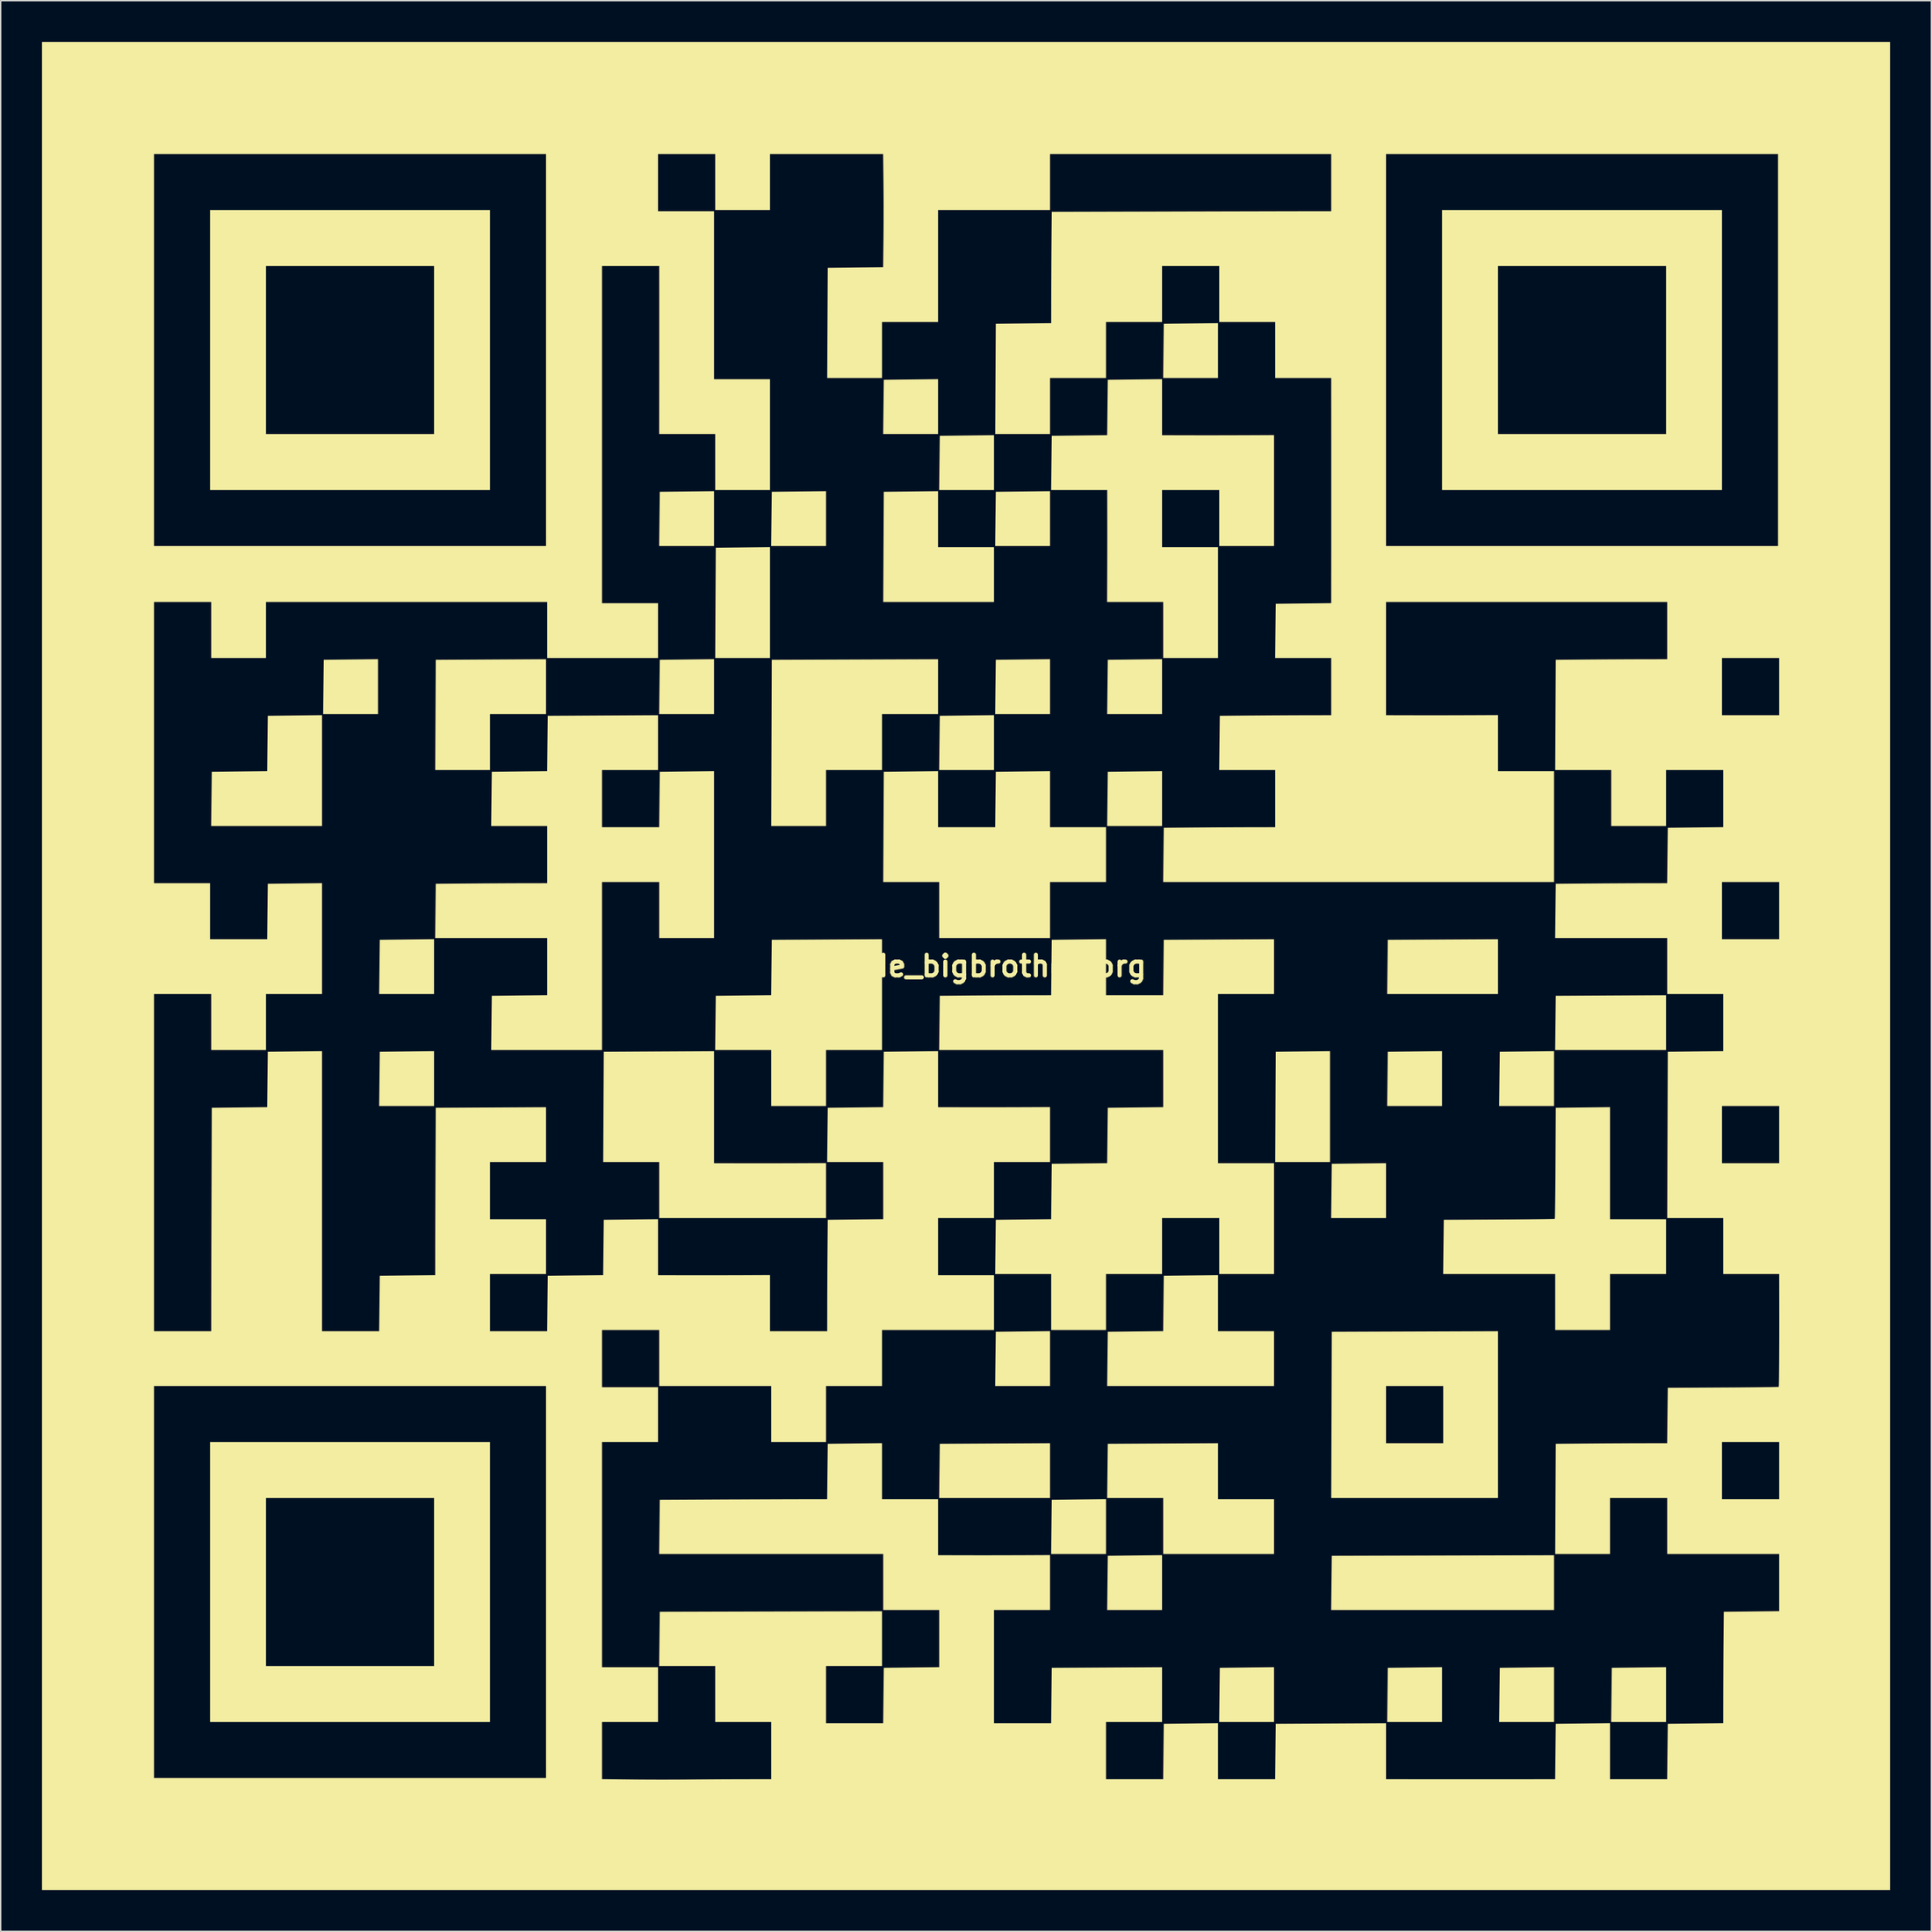
<source format=kicad_pcb>
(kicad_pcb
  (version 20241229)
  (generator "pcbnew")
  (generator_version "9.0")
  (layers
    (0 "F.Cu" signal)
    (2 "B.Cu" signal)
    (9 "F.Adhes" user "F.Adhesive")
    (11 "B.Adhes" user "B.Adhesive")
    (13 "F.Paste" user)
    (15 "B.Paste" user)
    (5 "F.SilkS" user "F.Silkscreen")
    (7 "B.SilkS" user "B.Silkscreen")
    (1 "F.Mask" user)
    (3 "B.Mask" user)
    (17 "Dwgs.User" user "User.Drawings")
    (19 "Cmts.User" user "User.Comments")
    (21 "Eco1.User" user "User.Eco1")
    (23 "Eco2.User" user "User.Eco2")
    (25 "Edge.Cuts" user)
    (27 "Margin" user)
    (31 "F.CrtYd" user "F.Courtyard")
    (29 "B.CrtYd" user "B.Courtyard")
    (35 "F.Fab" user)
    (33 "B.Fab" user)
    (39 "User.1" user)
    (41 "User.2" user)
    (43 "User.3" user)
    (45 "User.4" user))
  (footprint "qr_code_bigbrother_org"
    (layer "F.Cu")
    (at 67.056 67.056)
    (property "Reference" "qr_code_bigbrother_org" (at 0 0 0) (layer "F.SilkS") (effects (font (size 1.5 1.5) (thickness 0.3))))
    (attr board_only exclude_from_pos_files exclude_from_bom)
    (fp_poly (pts (xy -42.672 -20.279) (xy -42.672 -18.288) (xy -44.663 -18.288) (xy -46.654 -18.288) (xy -46.632 -20.256) (xy -46.609 -22.225) (xy -44.641 -22.248) (xy -42.672 -22.27)) (stroke (width 0) (type solid)) (fill yes) (layer "F.SilkS"))
    (fp_poly (pts (xy -38.608 0.041) (xy -38.608 2.032) (xy -40.599 2.032) (xy -42.59 2.032) (xy -42.568 0.064) (xy -42.545 -1.905) (xy -40.577 -1.928) (xy -38.608 -1.95)) (stroke (width 0) (type solid)) (fill yes) (layer "F.SilkS"))
    (fp_poly (pts (xy -38.608 8.169) (xy -38.608 10.16) (xy -40.599 10.16) (xy -42.59 10.16) (xy -42.568 8.191) (xy -42.545 6.223) (xy -40.577 6.2) (xy -38.608 6.178)) (stroke (width 0) (type solid)) (fill yes) (layer "F.SilkS"))
    (fp_poly (pts (xy -18.288 -32.471) (xy -18.288 -30.48) (xy -20.279 -30.48) (xy -22.27 -30.48) (xy -22.248 -32.449) (xy -22.225 -34.417) (xy -20.256 -34.44) (xy -18.288 -34.462)) (stroke (width 0) (type solid)) (fill yes) (layer "F.SilkS"))
    (fp_poly (pts (xy -18.288 -20.279) (xy -18.288 -18.288) (xy -20.279 -18.288) (xy -22.27 -18.288) (xy -22.248 -20.256) (xy -22.225 -22.225) (xy -20.256 -22.248) (xy -18.288 -22.27)) (stroke (width 0) (type solid)) (fill yes) (layer "F.SilkS"))
    (fp_poly (pts (xy -14.224 -26.375) (xy -14.224 -22.352) (xy -16.213 -22.352) (xy -18.202 -22.352) (xy -18.182 -26.352) (xy -18.161 -30.353) (xy -16.192 -30.376) (xy -14.224 -30.398)) (stroke (width 0) (type solid)) (fill yes) (layer "F.SilkS"))
    (fp_poly (pts (xy -10.16 -32.471) (xy -10.16 -30.48) (xy -12.151 -30.48) (xy -14.142 -30.48) (xy -14.12 -32.449) (xy -14.097 -34.417) (xy -12.129 -34.44) (xy -10.16 -34.462)) (stroke (width 0) (type solid)) (fill yes) (layer "F.SilkS"))
    (fp_poly (pts (xy -2.032 -40.599) (xy -2.032 -38.608) (xy -4.023 -38.608) (xy -6.014 -38.608) (xy -5.992 -40.577) (xy -5.969 -42.545) (xy -4 -42.568) (xy -2.032 -42.59)) (stroke (width 0) (type solid)) (fill yes) (layer "F.SilkS"))
    (fp_poly (pts (xy 2.032 -36.535) (xy 2.032 -34.544) (xy 0.041 -34.544) (xy -1.95 -34.544) (xy -1.928 -36.513) (xy -1.905 -38.481) (xy 0.064 -38.504) (xy 2.032 -38.526)) (stroke (width 0) (type solid)) (fill yes) (layer "F.SilkS"))
    (fp_poly (pts (xy 2.032 -16.215) (xy 2.032 -14.224) (xy 0.041 -14.224) (xy -1.95 -14.224) (xy -1.928 -16.192) (xy -1.905 -18.161) (xy 0.064 -18.184) (xy 2.032 -18.206)) (stroke (width 0) (type solid)) (fill yes) (layer "F.SilkS"))
    (fp_poly (pts (xy 6.096 -32.471) (xy 6.096 -30.48) (xy 4.105 -30.48) (xy 2.114 -30.48) (xy 2.136 -32.449) (xy 2.159 -34.417) (xy 4.128 -34.44) (xy 6.096 -34.462)) (stroke (width 0) (type solid)) (fill yes) (layer "F.SilkS"))
    (fp_poly (pts (xy 6.096 -20.279) (xy 6.096 -18.288) (xy 4.105 -18.288) (xy 2.114 -18.288) (xy 2.136 -20.256) (xy 2.159 -22.225) (xy 4.128 -22.248) (xy 6.096 -22.27)) (stroke (width 0) (type solid)) (fill yes) (layer "F.SilkS"))
    (fp_poly (pts (xy 6.096 28.489) (xy 6.096 30.48) (xy 4.105 30.48) (xy 2.114 30.48) (xy 2.136 28.512) (xy 2.159 26.543) (xy 4.128 26.52) (xy 6.096 26.498)) (stroke (width 0) (type solid)) (fill yes) (layer "F.SilkS"))
    (fp_poly (pts (xy 6.096 36.619) (xy 6.096 38.608) (xy 2.073 38.608) (xy -1.95 38.608) (xy -1.928 36.639) (xy -1.905 34.671) (xy 2.095 34.65) (xy 6.096 34.63)) (stroke (width 0) (type solid)) (fill yes) (layer "F.SilkS"))
    (fp_poly (pts (xy 10.16 40.681) (xy 10.16 42.672) (xy 8.169 42.672) (xy 6.178 42.672) (xy 6.2 40.703) (xy 6.223 38.735) (xy 8.191 38.712) (xy 10.16 38.69)) (stroke (width 0) (type solid)) (fill yes) (layer "F.SilkS"))
    (fp_poly (pts (xy 14.224 -20.279) (xy 14.224 -18.288) (xy 12.233 -18.288) (xy 10.242 -18.288) (xy 10.264 -20.256) (xy 10.287 -22.225) (xy 12.255 -22.248) (xy 14.224 -22.27)) (stroke (width 0) (type solid)) (fill yes) (layer "F.SilkS"))
    (fp_poly (pts (xy 14.224 -12.151) (xy 14.224 -10.16) (xy 12.233 -10.16) (xy 10.242 -10.16) (xy 10.264 -12.129) (xy 10.287 -14.097) (xy 12.255 -14.12) (xy 14.224 -14.142)) (stroke (width 0) (type solid)) (fill yes) (layer "F.SilkS"))
    (fp_poly (pts (xy 14.224 44.745) (xy 14.224 46.736) (xy 12.233 46.736) (xy 10.242 46.736) (xy 10.264 44.767) (xy 10.287 42.799) (xy 12.255 42.776) (xy 14.224 42.754)) (stroke (width 0) (type solid)) (fill yes) (layer "F.SilkS"))
    (fp_poly (pts (xy 18.288 -44.663) (xy 18.288 -42.672) (xy 16.297 -42.672) (xy 14.306 -42.672) (xy 14.328 -44.641) (xy 14.351 -46.609) (xy 16.32 -46.632) (xy 18.288 -46.654)) (stroke (width 0) (type solid)) (fill yes) (layer "F.SilkS"))
    (fp_poly (pts (xy 22.352 52.873) (xy 22.352 54.864) (xy 20.361 54.864) (xy 18.37 54.864) (xy 18.392 52.895) (xy 18.415 50.927) (xy 20.384 50.904) (xy 22.352 50.882)) (stroke (width 0) (type solid)) (fill yes) (layer "F.SilkS"))
    (fp_poly (pts (xy 26.416 10.201) (xy 26.416 14.224) (xy 24.427 14.224) (xy 22.438 14.224) (xy 22.458 10.223) (xy 22.479 6.223) (xy 24.448 6.2) (xy 26.416 6.178)) (stroke (width 0) (type solid)) (fill yes) (layer "F.SilkS"))
    (fp_poly (pts (xy 30.48 16.297) (xy 30.48 18.288) (xy 28.489 18.288) (xy 26.498 18.288) (xy 26.52 16.32) (xy 26.543 14.351) (xy 28.512 14.328) (xy 30.48 14.306)) (stroke (width 0) (type solid)) (fill yes) (layer "F.SilkS"))
    (fp_poly (pts (xy 34.544 8.169) (xy 34.544 10.16) (xy 32.553 10.16) (xy 30.562 10.16) (xy 30.584 8.191) (xy 30.607 6.223) (xy 32.575 6.2) (xy 34.544 6.178)) (stroke (width 0) (type solid)) (fill yes) (layer "F.SilkS"))
    (fp_poly (pts (xy 34.544 52.873) (xy 34.544 54.864) (xy 32.553 54.864) (xy 30.562 54.864) (xy 30.584 52.895) (xy 30.607 50.927) (xy 32.575 50.904) (xy 34.544 50.882)) (stroke (width 0) (type solid)) (fill yes) (layer "F.SilkS"))
    (fp_poly (pts (xy 38.608 0.043) (xy 38.608 2.032) (xy 34.585 2.032) (xy 30.562 2.032) (xy 30.584 0.064) (xy 30.607 -1.905) (xy 34.608 -1.926) (xy 38.608 -1.946)) (stroke (width 0) (type solid)) (fill yes) (layer "F.SilkS"))
    (fp_poly (pts (xy 42.672 8.169) (xy 42.672 10.16) (xy 40.681 10.16) (xy 38.69 10.16) (xy 38.712 8.191) (xy 38.735 6.223) (xy 40.703 6.2) (xy 42.672 6.178)) (stroke (width 0) (type solid)) (fill yes) (layer "F.SilkS"))
    (fp_poly (pts (xy 42.672 44.748) (xy 42.672 46.736) (xy 34.585 46.736) (xy 26.498 46.736) (xy 26.52 44.767) (xy 26.543 42.799) (xy 34.608 42.779) (xy 42.672 42.76)) (stroke (width 0) (type solid)) (fill yes) (layer "F.SilkS"))
    (fp_poly (pts (xy 42.672 52.873) (xy 42.672 54.864) (xy 40.681 54.864) (xy 38.69 54.864) (xy 38.712 52.895) (xy 38.735 50.927) (xy 40.703 50.904) (xy 42.672 50.882)) (stroke (width 0) (type solid)) (fill yes) (layer "F.SilkS"))
    (fp_poly (pts (xy 50.8 4.107) (xy 50.8 6.096) (xy 46.777 6.096) (xy 42.754 6.096) (xy 42.776 4.128) (xy 42.799 2.159) (xy 46.8 2.138) (xy 50.8 2.118)) (stroke (width 0) (type solid)) (fill yes) (layer "F.SilkS"))
    (fp_poly (pts (xy 50.8 52.873) (xy 50.8 54.864) (xy 48.809 54.864) (xy 46.818 54.864) (xy 46.84 52.895) (xy 46.863 50.927) (xy 48.831 50.904) (xy 50.8 50.882)) (stroke (width 0) (type solid)) (fill yes) (layer "F.SilkS"))
    (fp_poly (pts (xy -46.736 -14.183) (xy -46.736 -10.16) (xy -50.759 -10.16) (xy -54.782 -10.16) (xy -54.76 -12.129) (xy -54.737 -14.097) (xy -52.728 -14.12) (xy -50.718 -14.142) (xy -50.696 -16.152) (xy -50.673 -18.161) (xy -48.705 -18.184) (xy -46.736 -18.206)) (stroke (width 0) (type solid)) (fill yes) (layer "F.SilkS"))
    (fp_poly (pts (xy -30.48 -20.277) (xy -30.48 -18.288) (xy -32.512 -18.288) (xy -34.544 -18.288) (xy -34.544 -16.256) (xy -34.544 -14.224) (xy -36.533 -14.224) (xy -38.522 -14.224) (xy -38.502 -18.224) (xy -38.481 -22.225) (xy -34.48 -22.246) (xy -30.48 -22.266)) (stroke (width 0) (type solid)) (fill yes) (layer "F.SilkS"))
    (fp_poly (pts (xy -2.032 -32.429) (xy -2.032 -30.395) (xy 0 -30.395) (xy 2.032 -30.395) (xy 2.032 -28.406) (xy 2.032 -26.416) (xy -1.989 -26.416) (xy -6.01 -26.416) (xy -5.99 -30.416) (xy -5.969 -34.417) (xy -4 -34.44) (xy -2.032 -34.462)) (stroke (width 0) (type solid)) (fill yes) (layer "F.SilkS"))
    (fp_poly (pts (xy -2.032 -20.276) (xy -2.032 -18.288) (xy -4.064 -18.288) (xy -6.096 -18.288) (xy -6.096 -16.256) (xy -6.096 -14.224) (xy -8.128 -14.224) (xy -10.16 -14.224) (xy -10.16 -12.192) (xy -10.16 -10.16) (xy -12.148 -10.16) (xy -14.137 -10.16) (xy -14.117 -16.192) (xy -14.097 -22.225) (xy -8.065 -22.245) (xy -2.032 -22.265)) (stroke (width 0) (type solid)) (fill yes) (layer "F.SilkS"))
    (fp_poly (pts (xy 18.288 24.467) (xy 18.288 26.501) (xy 20.32 26.501) (xy 22.352 26.501) (xy 22.352 28.49) (xy 22.352 30.48) (xy 16.297 30.48) (xy 10.242 30.48) (xy 10.264 28.512) (xy 10.287 26.543) (xy 12.296 26.52) (xy 14.306 26.498) (xy 14.328 24.488) (xy 14.351 22.479) (xy 16.32 22.456) (xy 18.288 22.434)) (stroke (width 0) (type solid)) (fill yes) (layer "F.SilkS"))
    (fp_poly (pts (xy 18.288 36.661) (xy 18.288 38.693) (xy 20.32 38.693) (xy 22.352 38.693) (xy 22.352 40.682) (xy 22.352 42.672) (xy 18.33 42.672) (xy 14.309 42.672) (xy 14.309 40.64) (xy 14.309 38.608) (xy 12.275 38.608) (xy 10.242 38.608) (xy 10.264 36.639) (xy 10.287 34.671) (xy 14.287 34.65) (xy 18.288 34.63)) (stroke (width 0) (type solid)) (fill yes) (layer "F.SilkS"))
    (fp_poly (pts (xy -34.544 -44.704) (xy -34.544 -34.544) (xy -44.704 -34.544) (xy -54.864 -34.544) (xy -54.864 -44.704) (xy -54.864 -50.8) (xy -50.8 -50.8) (xy -50.8 -44.704) (xy -50.8 -38.608) (xy -44.704 -38.608) (xy -38.608 -38.608) (xy -38.608 -44.704) (xy -38.608 -50.8) (xy -44.704 -50.8) (xy -50.8 -50.8) (xy -54.864 -50.8) (xy -54.864 -54.864) (xy -44.704 -54.864) (xy -34.544 -54.864)) (stroke (width 0) (type solid)) (fill yes) (layer "F.SilkS"))
    (fp_poly (pts (xy -34.544 44.704) (xy -34.544 54.864) (xy -44.704 54.864) (xy -54.864 54.864) (xy -54.864 44.704) (xy -54.864 38.608) (xy -50.8 38.608) (xy -50.8 44.704) (xy -50.8 50.8) (xy -44.704 50.8) (xy -38.608 50.8) (xy -38.608 44.704) (xy -38.608 38.608) (xy -44.704 38.608) (xy -50.8 38.608) (xy -54.864 38.608) (xy -54.864 34.544) (xy -44.704 34.544) (xy -34.544 34.544)) (stroke (width 0) (type solid)) (fill yes) (layer "F.SilkS"))
    (fp_poly (pts (xy 38.608 32.556) (xy 38.608 38.608) (xy 32.556 38.608) (xy 26.503 38.608) (xy 26.523 32.575) (xy 26.53 30.48) (xy 30.48 30.48) (xy 30.48 32.554) (xy 30.48 34.629) (xy 32.554 34.629) (xy 34.629 34.629) (xy 34.629 32.554) (xy 34.629 30.48) (xy 32.554 30.48) (xy 30.48 30.48) (xy 26.53 30.48) (xy 26.543 26.543) (xy 32.575 26.523) (xy 38.608 26.503)) (stroke (width 0) (type solid)) (fill yes) (layer "F.SilkS"))
    (fp_poly (pts (xy 54.864 -44.704) (xy 54.864 -34.544) (xy 44.704 -34.544) (xy 34.544 -34.544) (xy 34.544 -44.704) (xy 34.544 -50.8) (xy 38.608 -50.8) (xy 38.608 -44.704) (xy 38.608 -38.608) (xy 44.704 -38.608) (xy 50.8 -38.608) (xy 50.8 -44.704) (xy 50.8 -50.8) (xy 44.704 -50.8) (xy 38.608 -50.8) (xy 34.544 -50.8) (xy 34.544 -54.864) (xy 44.704 -54.864) (xy 54.864 -54.864)) (stroke (width 0) (type solid)) (fill yes) (layer "F.SilkS"))
    (fp_poly (pts (xy -6.096 2.075) (xy -6.096 6.096) (xy -8.128 6.096) (xy -10.16 6.096) (xy -10.16 8.128) (xy -10.16 10.16) (xy -12.15 10.16) (xy -14.139 10.16) (xy -14.139 8.128) (xy -14.139 6.096) (xy -16.173 6.096) (xy -18.206 6.096) (xy -18.184 4.128) (xy -18.161 2.159) (xy -16.152 2.136) (xy -14.142 2.114) (xy -14.12 0.104) (xy -14.097 -1.905) (xy -10.097 -1.926) (xy -6.096 -1.946)) (stroke (width 0) (type solid)) (fill yes) (layer "F.SilkS"))
    (fp_poly (pts (xy -18.288 10.245) (xy -18.288 14.309) (xy -16.235 14.313) (xy -15.494 14.314) (xy -14.656 14.314) (xy -13.785 14.313) (xy -12.949 14.311) (xy -12.211 14.309) (xy -12.171 14.309) (xy -10.16 14.301) (xy -10.16 16.294) (xy -10.16 18.288) (xy -16.214 18.288) (xy -22.267 18.288) (xy -22.267 16.256) (xy -22.267 14.224) (xy -24.299 14.224) (xy -26.33 14.224) (xy -26.31 10.223) (xy -26.289 6.223) (xy -22.288 6.202) (xy -18.288 6.182)) (stroke (width 0) (type solid)) (fill yes) (layer "F.SilkS"))
    (fp_poly (pts (xy 6.096 -12.109) (xy 6.096 -10.075) (xy 8.128 -10.075) (xy 10.16 -10.075) (xy 10.16 -8.086) (xy 10.16 -6.096) (xy 8.128 -6.096) (xy 6.096 -6.096) (xy 6.096 -4.064) (xy 6.096 -2.032) (xy 2.074 -2.032) (xy -1.947 -2.032) (xy -1.947 -4.064) (xy -1.947 -6.096) (xy -3.979 -6.096) (xy -6.01 -6.096) (xy -5.99 -10.097) (xy -5.969 -14.097) (xy -4 -14.12) (xy -2.032 -14.142) (xy -2.032 -12.109) (xy -2.032 -10.075) (xy 0.041 -10.075) (xy 2.114 -10.075) (xy 2.136 -12.086) (xy 2.159 -14.097) (xy 4.128 -14.12) (xy 6.096 -14.142)) (stroke (width 0) (type solid)) (fill yes) (layer "F.SilkS"))
    (fp_poly (pts (xy 46.736 14.307) (xy 46.736 18.373) (xy 48.768 18.373) (xy 50.8 18.373) (xy 50.8 20.362) (xy 50.8 22.352) (xy 48.768 22.352) (xy 46.736 22.352) (xy 46.736 24.384) (xy 46.736 26.416) (xy 44.746 26.416) (xy 42.757 26.416) (xy 42.757 24.384) (xy 42.757 22.352) (xy 38.691 22.352) (xy 34.626 22.352) (xy 34.648 20.384) (xy 34.671 18.415) (xy 38.685 18.394) (xy 39.493 18.39) (xy 40.247 18.384) (xy 40.932 18.378) (xy 41.53 18.371) (xy 42.026 18.364) (xy 42.402 18.357) (xy 42.642 18.351) (xy 42.728 18.344) (xy 42.735 18.257) (xy 42.741 18.016) (xy 42.748 17.639) (xy 42.755 17.143) (xy 42.762 16.544) (xy 42.768 15.859) (xy 42.774 15.104) (xy 42.778 14.301) (xy 42.799 10.287) (xy 44.767 10.264) (xy 46.736 10.242)) (stroke (width 0) (type solid)) (fill yes) (layer "F.SilkS"))
    (fp_poly (pts (xy 14.224 -40.557) (xy 14.224 -38.523) (xy 16.277 -38.519) (xy 17.018 -38.518) (xy 17.856 -38.518) (xy 18.727 -38.519) (xy 19.563 -38.521) (xy 20.301 -38.523) (xy 20.341 -38.523) (xy 22.352 -38.531) (xy 22.352 -34.506) (xy 22.352 -30.48) (xy 20.362 -30.48) (xy 18.373 -30.48) (xy 18.373 -32.512) (xy 18.373 -34.544) (xy 16.298 -34.544) (xy 14.224 -34.544) (xy 14.224 -32.47) (xy 14.224 -30.395) (xy 16.256 -30.395) (xy 18.288 -30.395) (xy 18.288 -26.374) (xy 18.288 -22.352) (xy 16.298 -22.352) (xy 14.309 -22.352) (xy 14.309 -24.384) (xy 14.309 -26.416) (xy 12.273 -26.416) (xy 10.237 -26.416) (xy 10.245 -28.427) (xy 10.247 -29.156) (xy 10.249 -29.989) (xy 10.25 -30.859) (xy 10.25 -31.702) (xy 10.249 -32.45) (xy 10.249 -32.491) (xy 10.245 -34.544) (xy 8.211 -34.544) (xy 6.178 -34.544) (xy 6.2 -36.513) (xy 6.223 -38.481) (xy 8.232 -38.504) (xy 10.242 -38.526) (xy 10.264 -40.536) (xy 10.287 -42.545) (xy 12.255 -42.568) (xy 14.224 -42.59)) (stroke (width 0) (type solid)) (fill yes) (layer "F.SilkS"))
    (fp_poly (pts (xy -22.352 -16.213) (xy -22.352 -14.224) (xy -24.384 -14.224) (xy -26.416 -14.224) (xy -26.416 -12.15) (xy -26.416 -10.075) (xy -24.343 -10.075) (xy -22.27 -10.075) (xy -22.248 -12.086) (xy -22.225 -14.097) (xy -20.256 -14.12) (xy -18.288 -14.142) (xy -18.288 -8.087) (xy -18.288 -2.032) (xy -20.278 -2.032) (xy -22.267 -2.032) (xy -22.267 -4.064) (xy -22.267 -6.096) (xy -24.342 -6.096) (xy -26.416 -6.096) (xy -26.416 0) (xy -26.416 6.096) (xy -30.439 6.096) (xy -34.462 6.096) (xy -34.44 4.128) (xy -34.417 2.159) (xy -32.406 2.136) (xy -30.395 2.114) (xy -30.395 0.041) (xy -30.395 -2.032) (xy -34.461 -2.032) (xy -38.526 -2.032) (xy -38.504 -4) (xy -38.481 -5.969) (xy -36.449 -5.987) (xy -35.71 -5.992) (xy -34.871 -5.998) (xy -33.999 -6.002) (xy -33.162 -6.006) (xy -32.424 -6.008) (xy -32.406 -6.008) (xy -30.395 -6.011) (xy -30.395 -8.086) (xy -30.395 -10.16) (xy -32.429 -10.16) (xy -34.462 -10.16) (xy -34.44 -12.129) (xy -34.417 -14.097) (xy -32.408 -14.12) (xy -30.398 -14.142) (xy -30.376 -16.152) (xy -30.353 -18.161) (xy -26.352 -18.182) (xy -22.352 -18.202)) (stroke (width 0) (type solid)) (fill yes) (layer "F.SilkS"))
    (fp_poly (pts (xy 10.16 0.083) (xy 10.16 2.117) (xy 12.233 2.117) (xy 14.306 2.117) (xy 14.328 0.106) (xy 14.351 -1.905) (xy 18.352 -1.926) (xy 22.352 -1.946) (xy 22.352 0.043) (xy 22.352 2.032) (xy 20.32 2.032) (xy 18.288 2.032) (xy 18.288 8.17) (xy 18.288 14.309) (xy 20.32 14.309) (xy 22.352 14.309) (xy 22.352 18.33) (xy 22.352 22.352) (xy 20.362 22.352) (xy 18.373 22.352) (xy 18.373 20.32) (xy 18.373 18.288) (xy 16.298 18.288) (xy 14.224 18.288) (xy 14.224 20.32) (xy 14.224 22.352) (xy 12.192 22.352) (xy 10.16 22.352) (xy 10.16 24.384) (xy 10.16 26.416) (xy 8.17 26.416) (xy 6.181 26.416) (xy 6.181 24.384) (xy 6.181 22.352) (xy 4.147 22.352) (xy 2.114 22.352) (xy 2.136 20.384) (xy 2.159 18.415) (xy 4.168 18.392) (xy 6.178 18.37) (xy 6.2 16.36) (xy 6.223 14.351) (xy 8.232 14.328) (xy 10.242 14.306) (xy 10.264 12.296) (xy 10.287 10.287) (xy 12.298 10.264) (xy 14.309 10.242) (xy 14.309 8.169) (xy 14.309 6.096) (xy 6.179 6.096) (xy -1.95 6.096) (xy -1.928 4.128) (xy -1.905 2.159) (xy 0.127 2.141) (xy 0.866 2.136) (xy 1.704 2.13) (xy 2.576 2.126) (xy 3.413 2.122) (xy 4.15 2.12) (xy 4.168 2.12) (xy 6.178 2.117) (xy 6.2 0.106) (xy 6.223 -1.905) (xy 8.191 -1.928) (xy 10.16 -1.95)) (stroke (width 0) (type solid)) (fill yes) (layer "F.SilkS"))
    (fp_poly (pts (xy 67.056 0) (xy 67.056 67.056) (xy 0 67.056) (xy -67.056 67.056) (xy -67.056 30.48) (xy -58.928 30.48) (xy -58.928 44.704) (xy -58.928 58.928) (xy -44.704 58.928) (xy -30.48 58.928) (xy -30.48 44.704) (xy -30.48 30.48) (xy -44.704 30.48) (xy -58.928 30.48) (xy -67.056 30.48) (xy -67.056 26.501) (xy -58.928 26.501) (xy -56.854 26.501) (xy -54.779 26.501) (xy -54.777 24.49) (xy -54.777 24.059) (xy -54.775 23.479) (xy -54.774 22.769) (xy -54.772 21.949) (xy -54.77 21.04) (xy -54.767 20.061) (xy -54.764 19.032) (xy -54.761 17.974) (xy -54.758 16.905) (xy -54.756 16.383) (xy -54.737 10.287) (xy -52.728 10.264) (xy -50.718 10.242) (xy -50.696 8.232) (xy -50.673 6.223) (xy -48.705 6.2) (xy -46.736 6.178) (xy -46.736 16.339) (xy -46.736 26.501) (xy -44.663 26.501) (xy -42.59 26.501) (xy -42.568 24.49) (xy -42.545 22.479) (xy -40.534 22.456) (xy -38.523 22.434) (xy -38.521 20.424) (xy -38.52 19.908) (xy -38.518 19.251) (xy -38.516 18.484) (xy -38.513 17.634) (xy -38.51 16.732) (xy -38.506 15.805) (xy -38.502 14.884) (xy -38.5 14.351) (xy -38.481 10.287) (xy -34.48 10.266) (xy -30.48 10.246) (xy -30.48 12.235) (xy -30.48 14.224) (xy -32.512 14.224) (xy -34.544 14.224) (xy -34.544 16.298) (xy -34.544 18.373) (xy -32.512 18.373) (xy -30.48 18.373) (xy -30.48 20.362) (xy -30.48 22.352) (xy -32.512 22.352) (xy -34.544 22.352) (xy -34.544 24.426) (xy -34.544 26.501) (xy -32.471 26.501) (xy -30.398 26.501) (xy -30.376 24.49) (xy -30.353 22.479) (xy -28.344 22.456) (xy -26.334 22.434) (xy -26.312 20.424) (xy -26.289 18.415) (xy -24.32 18.392) (xy -22.352 18.37) (xy -22.352 20.403) (xy -22.352 22.437) (xy -20.299 22.441) (xy -19.558 22.442) (xy -18.72 22.442) (xy -17.849 22.441) (xy -17.013 22.439) (xy -16.275 22.437) (xy -16.235 22.437) (xy -14.224 22.429) (xy -14.224 24.465) (xy -14.224 26.501) (xy -12.15 26.501) (xy -10.075 26.501) (xy -10.072 24.49) (xy -10.07 23.756) (xy -10.066 22.92) (xy -10.062 22.049) (xy -10.057 21.208) (xy -10.051 20.465) (xy -10.051 20.447) (xy -10.033 18.415) (xy -8.022 18.392) (xy -6.011 18.37) (xy -6.011 16.297) (xy -6.011 14.224) (xy -8.045 14.224) (xy -10.078 14.224) (xy -10.056 12.255) (xy -10.033 10.287) (xy -8.024 10.264) (xy -6.014 10.242) (xy -5.992 8.232) (xy -5.969 6.223) (xy -4 6.2) (xy -2.032 6.178) (xy -2.032 8.211) (xy -2.032 10.245) (xy 0.021 10.249) (xy 0.762 10.25) (xy 1.6 10.25) (xy 2.471 10.249) (xy 3.307 10.247) (xy 4.045 10.245) (xy 4.085 10.245) (xy 6.096 10.237) (xy 6.096 12.23) (xy 6.096 14.224) (xy 4.064 14.224) (xy 2.032 14.224) (xy 2.032 16.256) (xy 2.032 18.288) (xy 0 18.288) (xy -2.032 18.288) (xy -2.032 20.362) (xy -2.032 22.437) (xy 0 22.437) (xy 2.032 22.437) (xy 2.032 24.426) (xy 2.032 26.416) (xy -2.032 26.416) (xy -6.096 26.416) (xy -6.096 28.448) (xy -6.096 30.48) (xy -8.128 30.48) (xy -10.16 30.48) (xy -10.16 32.512) (xy -10.16 34.544) (xy -12.15 34.544) (xy -14.139 34.544) (xy -14.139 32.512) (xy -14.139 30.48) (xy -18.203 30.48) (xy -22.267 30.48) (xy -22.267 28.448) (xy -22.267 26.416) (xy -24.342 26.416) (xy -26.416 26.416) (xy -26.416 28.49) (xy -26.416 30.565) (xy -24.384 30.565) (xy -22.352 30.565) (xy -22.352 32.554) (xy -22.352 34.544) (xy -24.384 34.544) (xy -26.416 34.544) (xy -26.416 42.714) (xy -26.416 50.885) (xy -24.384 50.885) (xy -22.352 50.885) (xy -22.352 52.874) (xy -22.352 54.864) (xy -24.384 54.864) (xy -26.416 54.864) (xy -26.416 56.937) (xy -26.416 59.01) (xy -24.363 59.032) (xy -23.631 59.038) (xy -22.793 59.042) (xy -21.915 59.043) (xy -21.06 59.041) (xy -20.294 59.037) (xy -20.193 59.036) (xy -19.453 59.03) (xy -18.624 59.025) (xy -17.767 59.02) (xy -16.945 59.017) (xy -16.22 59.015) (xy -16.108 59.015) (xy -14.139 59.013) (xy -14.139 56.938) (xy -14.139 54.864) (xy -16.171 54.864) (xy -18.203 54.864) (xy -18.203 52.832) (xy -18.203 50.8) (xy -20.237 50.8) (xy -22.27 50.8) (xy -22.248 48.831) (xy -22.225 46.863) (xy -14.161 46.843) (xy -6.096 46.824) (xy -6.096 48.812) (xy -6.096 50.8) (xy -8.128 50.8) (xy -10.16 50.8) (xy -10.16 52.874) (xy -10.16 54.949) (xy -8.087 54.949) (xy -6.014 54.949) (xy -5.992 52.938) (xy -5.969 50.927) (xy -3.958 50.904) (xy -1.947 50.882) (xy -1.947 48.809) (xy -1.947 46.736) (xy -3.979 46.736) (xy -6.011 46.736) (xy -6.011 44.704) (xy -6.011 42.672) (xy -14.141 42.672) (xy -22.27 42.672) (xy -22.248 40.703) (xy -22.225 38.735) (xy -18.161 38.716) (xy -17.257 38.712) (xy -16.33 38.709) (xy -15.41 38.705) (xy -14.526 38.702) (xy -13.706 38.699) (xy -12.98 38.697) (xy -12.376 38.696) (xy -12.088 38.695) (xy -10.078 38.693) (xy -10.056 36.682) (xy -10.033 34.671) (xy -8.065 34.648) (xy -6.096 34.626) (xy -6.096 36.659) (xy -6.096 38.693) (xy -4.064 38.693) (xy -2.032 38.693) (xy -2.032 40.725) (xy -2.032 42.757) (xy 0.021 42.761) (xy 0.762 42.762) (xy 1.6 42.762) (xy 2.471 42.761) (xy 3.307 42.759) (xy 4.045 42.757) (xy 4.085 42.757) (xy 6.096 42.749) (xy 6.096 44.742) (xy 6.096 46.736) (xy 4.064 46.736) (xy 2.032 46.736) (xy 2.032 50.842) (xy 2.032 54.949) (xy 4.105 54.949) (xy 6.178 54.949) (xy 6.2 52.938) (xy 6.223 50.927) (xy 10.223 50.906) (xy 14.224 50.886) (xy 14.224 52.875) (xy 14.224 54.864) (xy 12.192 54.864) (xy 10.16 54.864) (xy 10.16 56.938) (xy 10.16 59.013) (xy 12.233 59.013) (xy 14.306 59.013) (xy 14.328 57.002) (xy 14.351 54.991) (xy 16.32 54.968) (xy 18.288 54.946) (xy 18.288 56.979) (xy 18.288 59.013) (xy 20.361 59.013) (xy 22.434 59.013) (xy 22.456 57.002) (xy 22.479 54.991) (xy 26.48 54.97) (xy 30.48 54.95) (xy 30.48 56.981) (xy 30.48 59.013) (xy 32.512 59.015) (xy 33.237 59.016) (xy 34.067 59.016) (xy 34.939 59.017) (xy 35.79 59.017) (xy 36.555 59.017) (xy 36.661 59.017) (xy 37.403 59.017) (xy 38.236 59.017) (xy 39.098 59.016) (xy 39.925 59.016) (xy 40.657 59.015) (xy 40.765 59.015) (xy 42.754 59.013) (xy 42.776 57.002) (xy 42.799 54.991) (xy 44.767 54.968) (xy 46.736 54.946) (xy 46.736 56.979) (xy 46.736 59.013) (xy 48.809 59.013) (xy 50.882 59.013) (xy 50.904 57.002) (xy 50.927 54.991) (xy 52.938 54.968) (xy 54.949 54.946) (xy 54.952 52.936) (xy 54.954 52.203) (xy 54.958 51.368) (xy 54.962 50.497) (xy 54.967 49.656) (xy 54.973 48.914) (xy 54.973 48.895) (xy 54.991 46.863) (xy 57.002 46.84) (xy 59.013 46.818) (xy 59.013 44.745) (xy 59.013 42.672) (xy 54.949 42.672) (xy 50.885 42.672) (xy 50.885 40.64) (xy 50.885 38.608) (xy 48.81 38.608) (xy 46.736 38.608) (xy 46.736 40.64) (xy 46.736 42.672) (xy 44.747 42.672) (xy 42.758 42.672) (xy 42.778 38.672) (xy 42.799 34.671) (xy 44.831 34.653) (xy 45.57 34.648) (xy 46.408 34.642) (xy 47.28 34.638) (xy 48.117 34.634) (xy 48.854 34.632) (xy 48.872 34.632) (xy 50.882 34.629) (xy 50.883 34.544) (xy 54.864 34.544) (xy 54.864 36.618) (xy 54.864 38.693) (xy 56.938 38.693) (xy 59.013 38.693) (xy 59.013 36.618) (xy 59.013 34.544) (xy 56.938 34.544) (xy 54.864 34.544) (xy 50.883 34.544) (xy 50.904 32.618) (xy 50.927 30.607) (xy 54.941 30.586) (xy 55.748 30.582) (xy 56.503 30.576) (xy 57.187 30.571) (xy 57.785 30.564) (xy 58.28 30.558) (xy 58.655 30.552) (xy 58.894 30.546) (xy 58.98 30.541) (xy 58.988 30.451) (xy 58.995 30.205) (xy 59.001 29.819) (xy 59.006 29.306) (xy 59.011 28.68) (xy 59.014 27.956) (xy 59.017 27.148) (xy 59.018 26.27) (xy 59.018 25.336) (xy 59.017 24.405) (xy 59.013 22.352) (xy 56.981 22.352) (xy 54.949 22.352) (xy 54.949 20.32) (xy 54.949 18.288) (xy 52.918 18.288) (xy 50.887 18.288) (xy 50.907 12.255) (xy 50.914 10.16) (xy 54.864 10.16) (xy 54.864 12.234) (xy 54.864 14.309) (xy 56.938 14.309) (xy 59.013 14.309) (xy 59.013 12.234) (xy 59.013 10.16) (xy 56.938 10.16) (xy 54.864 10.16) (xy 50.914 10.16) (xy 50.927 6.223) (xy 52.938 6.2) (xy 54.949 6.178) (xy 54.949 4.105) (xy 54.949 2.032) (xy 52.917 2.032) (xy 50.885 2.032) (xy 50.885 0) (xy 50.885 -2.032) (xy 46.819 -2.032) (xy 42.754 -2.032) (xy 42.776 -4) (xy 42.799 -5.969) (xy 44.831 -5.987) (xy 45.57 -5.992) (xy 46.408 -5.998) (xy 47.28 -6.002) (xy 48.117 -6.006) (xy 48.854 -6.008) (xy 48.872 -6.008) (xy 50.882 -6.011) (xy 50.883 -6.096) (xy 54.864 -6.096) (xy 54.864 -4.022) (xy 54.864 -1.947) (xy 56.938 -1.947) (xy 59.013 -1.947) (xy 59.013 -4.022) (xy 59.013 -6.096) (xy 56.938 -6.096) (xy 54.864 -6.096) (xy 50.883 -6.096) (xy 50.904 -8.022) (xy 50.927 -10.033) (xy 52.938 -10.056) (xy 54.949 -10.078) (xy 54.949 -12.151) (xy 54.949 -14.224) (xy 52.874 -14.224) (xy 50.8 -14.224) (xy 50.8 -12.192) (xy 50.8 -10.16) (xy 48.81 -10.16) (xy 46.821 -10.16) (xy 46.821 -12.192) (xy 46.821 -14.224) (xy 44.789 -14.224) (xy 42.758 -14.224) (xy 42.778 -18.224) (xy 42.799 -22.225) (xy 44.831 -22.243) (xy 45.57 -22.248) (xy 46.409 -22.254) (xy 47.281 -22.258) (xy 48.118 -22.262) (xy 48.856 -22.264) (xy 48.874 -22.264) (xy 50.885 -22.267) (xy 50.885 -22.352) (xy 54.864 -22.352) (xy 54.864 -20.278) (xy 54.864 -18.203) (xy 56.938 -18.203) (xy 59.013 -18.203) (xy 59.013 -20.278) (xy 59.013 -22.352) (xy 56.938 -22.352) (xy 54.864 -22.352) (xy 50.885 -22.352) (xy 50.885 -24.342) (xy 50.885 -26.416) (xy 40.682 -26.416) (xy 30.48 -26.416) (xy 30.48 -22.31) (xy 30.48 -18.203) (xy 32.533 -18.199) (xy 33.274 -18.198) (xy 34.112 -18.198) (xy 34.983 -18.199) (xy 35.819 -18.201) (xy 36.557 -18.203) (xy 36.597 -18.203) (xy 38.608 -18.211) (xy 38.608 -16.175) (xy 38.608 -14.139) (xy 40.64 -14.139) (xy 42.672 -14.139) (xy 42.672 -10.118) (xy 42.672 -6.096) (xy 28.489 -6.096) (xy 14.306 -6.096) (xy 14.328 -8.065) (xy 14.351 -10.033) (xy 16.383 -10.051) (xy 17.122 -10.056) (xy 17.961 -10.062) (xy 18.833 -10.066) (xy 19.67 -10.07) (xy 20.408 -10.072) (xy 20.426 -10.072) (xy 22.437 -10.075) (xy 22.437 -12.15) (xy 22.437 -14.224) (xy 20.403 -14.224) (xy 18.37 -14.224) (xy 18.392 -16.192) (xy 18.415 -18.161) (xy 20.447 -18.179) (xy 21.186 -18.184) (xy 22.025 -18.19) (xy 22.897 -18.194) (xy 23.734 -18.198) (xy 24.472 -18.2) (xy 24.49 -18.2) (xy 26.501 -18.203) (xy 26.501 -20.278) (xy 26.501 -22.352) (xy 24.467 -22.352) (xy 22.434 -22.352) (xy 22.456 -24.32) (xy 22.479 -26.289) (xy 24.49 -26.312) (xy 26.501 -26.334) (xy 26.502 -28.323) (xy 26.503 -28.829) (xy 26.503 -29.477) (xy 26.504 -30.237) (xy 26.504 -31.081) (xy 26.504 -31.982) (xy 26.504 -32.91) (xy 26.504 -33.837) (xy 26.504 -34.459) (xy 26.504 -35.372) (xy 26.504 -36.306) (xy 26.504 -37.234) (xy 26.504 -38.126) (xy 26.503 -38.955) (xy 26.503 -39.692) (xy 26.503 -40.307) (xy 26.502 -40.64) (xy 26.501 -42.672) (xy 24.469 -42.672) (xy 22.437 -42.672) (xy 22.437 -44.704) (xy 22.437 -46.736) (xy 20.405 -46.736) (xy 18.373 -46.736) (xy 18.373 -48.768) (xy 18.373 -50.8) (xy 16.298 -50.8) (xy 14.224 -50.8) (xy 14.224 -48.768) (xy 14.224 -46.736) (xy 12.192 -46.736) (xy 10.16 -46.736) (xy 10.16 -44.704) (xy 10.16 -42.672) (xy 8.128 -42.672) (xy 6.096 -42.672) (xy 6.096 -40.64) (xy 6.096 -38.608) (xy 4.107 -38.608) (xy 2.118 -38.608) (xy 2.138 -42.608) (xy 2.159 -46.609) (xy 4.17 -46.632) (xy 6.181 -46.654) (xy 6.184 -48.664) (xy 6.186 -49.397) (xy 6.19 -50.232) (xy 6.194 -51.103) (xy 6.199 -51.944) (xy 6.205 -52.686) (xy 6.205 -52.705) (xy 6.223 -54.737) (xy 14.351 -54.756) (xy 15.562 -54.759) (xy 16.763 -54.762) (xy 17.936 -54.764) (xy 19.067 -54.767) (xy 20.139 -54.769) (xy 21.138 -54.771) (xy 22.046 -54.773) (xy 22.85 -54.775) (xy 23.532 -54.776) (xy 24.077 -54.777) (xy 24.469 -54.777) (xy 24.49 -54.777) (xy 26.501 -54.779) (xy 26.501 -56.854) (xy 26.501 -58.928) (xy 30.48 -58.928) (xy 30.48 -44.704) (xy 30.48 -30.48) (xy 44.704 -30.48) (xy 58.928 -30.48) (xy 58.928 -44.704) (xy 58.928 -58.928) (xy 44.704 -58.928) (xy 30.48 -58.928) (xy 26.501 -58.928) (xy 16.298 -58.928) (xy 6.096 -58.928) (xy 6.096 -56.896) (xy 6.096 -54.864) (xy 2.032 -54.864) (xy -2.032 -54.864) (xy -2.032 -50.8) (xy -2.032 -46.736) (xy -4.064 -46.736) (xy -6.096 -46.736) (xy -6.096 -44.704) (xy -6.096 -42.672) (xy -8.085 -42.672) (xy -10.074 -42.672) (xy -10.054 -46.672) (xy -10.033 -50.673) (xy -8.025 -50.696) (xy -6.017 -50.718) (xy -5.993 -52.77) (xy -5.987 -53.514) (xy -5.984 -54.361) (xy -5.983 -55.242) (xy -5.987 -56.092) (xy -5.993 -56.843) (xy -5.993 -56.875) (xy -6.017 -58.928) (xy -10.121 -58.928) (xy -14.224 -58.928) (xy -14.224 -56.896) (xy -14.224 -54.864) (xy -16.214 -54.864) (xy -18.203 -54.864) (xy -18.203 -56.896) (xy -18.203 -58.928) (xy -20.278 -58.928) (xy -22.352 -58.928) (xy -22.352 -56.854) (xy -22.352 -54.779) (xy -20.32 -54.779) (xy -18.288 -54.779) (xy -18.288 -48.683) (xy -18.288 -42.587) (xy -16.256 -42.587) (xy -14.224 -42.587) (xy -14.224 -38.566) (xy -14.224 -34.544) (xy -16.214 -34.544) (xy -18.203 -34.544) (xy -18.203 -36.576) (xy -18.203 -38.608) (xy -20.236 -38.608) (xy -22.269 -38.608) (xy -22.265 -42.651) (xy -22.265 -43.555) (xy -22.264 -44.485) (xy -22.264 -45.409) (xy -22.264 -46.3) (xy -22.264 -47.126) (xy -22.264 -47.859) (xy -22.264 -48.469) (xy -22.264 -48.747) (xy -22.267 -50.8) (xy -24.342 -50.8) (xy -26.416 -50.8) (xy -26.416 -38.566) (xy -26.416 -26.331) (xy -24.384 -26.331) (xy -22.352 -26.331) (xy -22.352 -24.342) (xy -22.352 -22.352) (xy -26.374 -22.352) (xy -30.395 -22.352) (xy -30.395 -24.384) (xy -30.395 -26.416) (xy -40.598 -26.416) (xy -50.8 -26.416) (xy -50.8 -24.384) (xy -50.8 -22.352) (xy -52.79 -22.352) (xy -54.779 -22.352) (xy -54.779 -24.384) (xy -54.779 -26.416) (xy -56.854 -26.416) (xy -58.928 -26.416) (xy -58.928 -16.214) (xy -58.928 -6.011) (xy -56.896 -6.011) (xy -54.864 -6.011) (xy -54.864 -3.979) (xy -54.864 -1.947) (xy -52.791 -1.947) (xy -50.718 -1.947) (xy -50.696 -3.958) (xy -50.673 -5.969) (xy -48.705 -5.992) (xy -46.736 -6.014) (xy -46.736 -1.991) (xy -46.736 2.032) (xy -48.768 2.032) (xy -50.8 2.032) (xy -50.8 4.064) (xy -50.8 6.096) (xy -52.79 6.096) (xy -54.779 6.096) (xy -54.779 4.064) (xy -54.779 2.032) (xy -56.854 2.032) (xy -58.928 2.032) (xy -58.928 14.266) (xy -58.928 26.501) (xy -67.056 26.501) (xy -67.056 0) (xy -67.056 -58.928) (xy -58.928 -58.928) (xy -58.928 -44.704) (xy -58.928 -30.48) (xy -44.704 -30.48) (xy -30.48 -30.48) (xy -30.48 -44.704) (xy -30.48 -58.928) (xy -44.704 -58.928) (xy -58.928 -58.928) (xy -67.056 -58.928) (xy -67.056 -67.056) (xy 0 -67.056) (xy 67.056 -67.056)) (stroke (width 0) (type solid)) (fill yes) (layer "F.SilkS")))
  (gr_rect
    (start -3 -3)
    (end 137.112 137.112)
    (stroke (width 0.1) (type default))
    (fill no)
    (layer "Edge.Cuts")))
</source>
